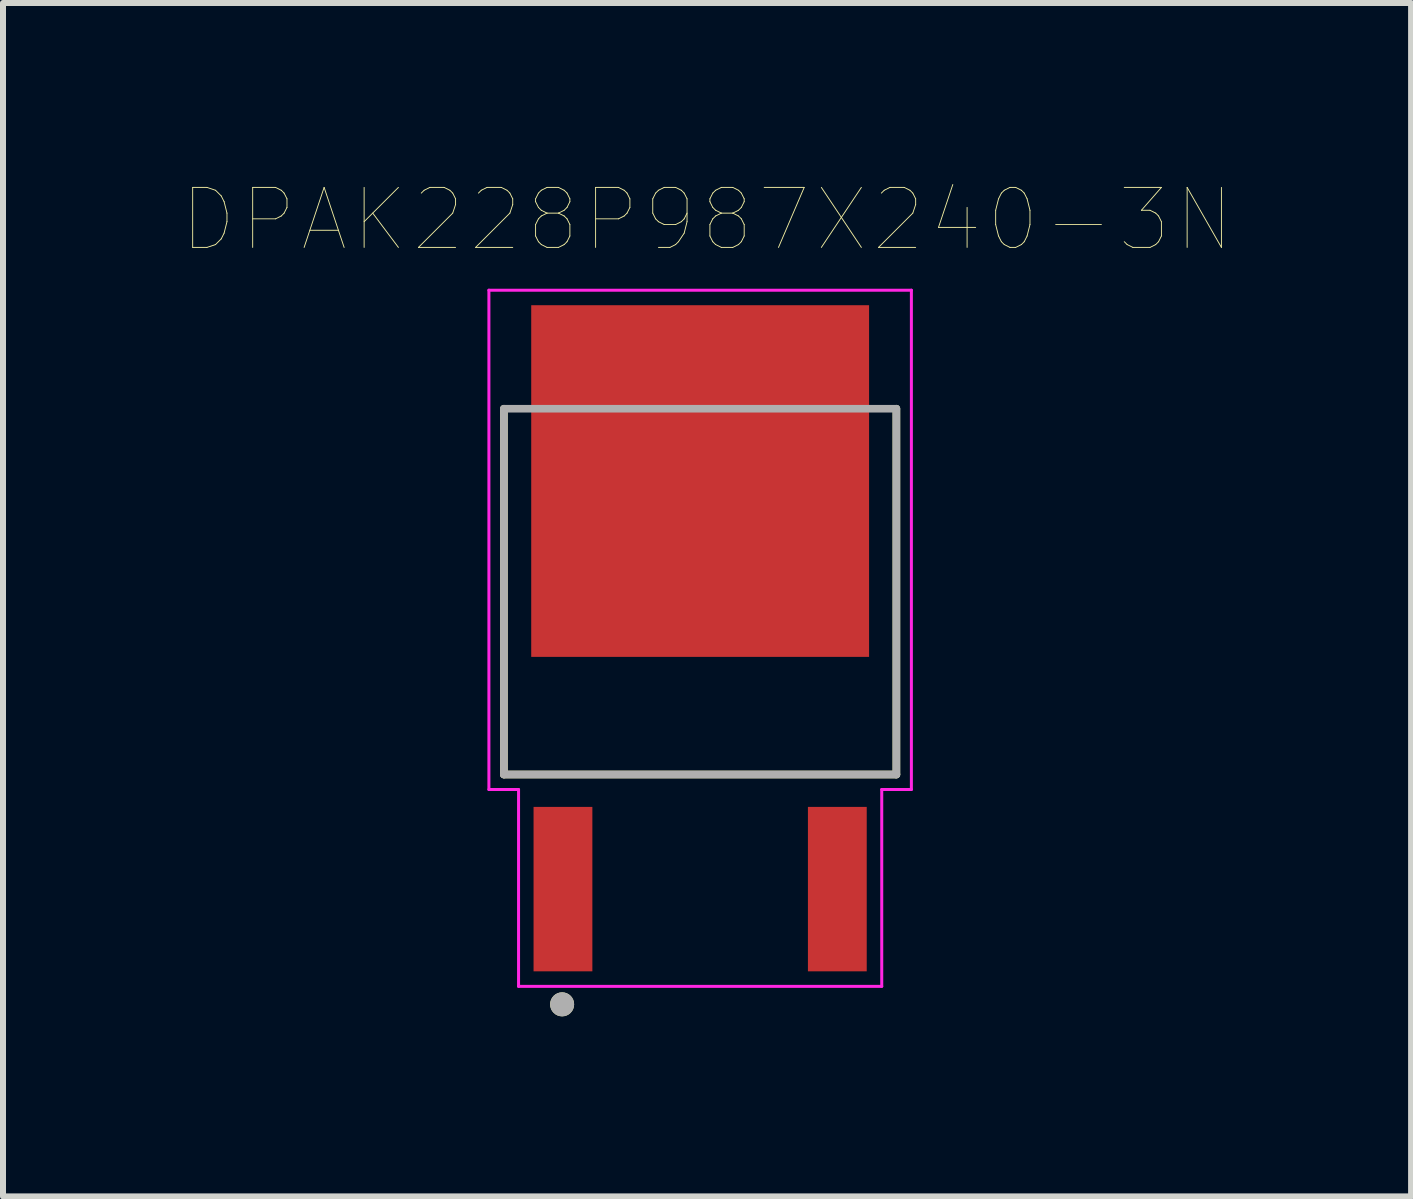
<source format=kicad_pcb>
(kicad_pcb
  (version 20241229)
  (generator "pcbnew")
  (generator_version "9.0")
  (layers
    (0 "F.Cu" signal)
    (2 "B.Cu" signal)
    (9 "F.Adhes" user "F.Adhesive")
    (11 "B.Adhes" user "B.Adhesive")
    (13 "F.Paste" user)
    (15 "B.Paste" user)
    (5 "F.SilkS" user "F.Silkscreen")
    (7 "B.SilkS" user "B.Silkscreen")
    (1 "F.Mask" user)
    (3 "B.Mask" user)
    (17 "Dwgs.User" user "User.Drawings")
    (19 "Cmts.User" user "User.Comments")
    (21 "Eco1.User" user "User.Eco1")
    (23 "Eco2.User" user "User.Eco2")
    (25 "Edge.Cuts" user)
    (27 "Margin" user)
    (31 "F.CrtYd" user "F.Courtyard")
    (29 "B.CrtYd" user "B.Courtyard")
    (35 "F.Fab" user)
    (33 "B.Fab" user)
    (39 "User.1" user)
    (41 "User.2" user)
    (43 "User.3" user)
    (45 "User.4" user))
  (footprint "DPAK228P987X240-3N"
    (layer "F.Cu")
    (at 8.617 7.586)
    (property "Reference" "DPAK228P987X240-3N" (at 0.115 -6.975 0) (layer "F.SilkS") (effects (font (size 1 1) (thickness 0.015))))
    (attr through_hole)
    (fp_line (start -3.27 2.27) (end -3.27 -3.825) (stroke (width 0.127) (type solid)) (layer "F.SilkS"))
    (fp_line (start 3.27 -3.825) (end 3.27 2.27) (stroke (width 0.127) (type solid)) (layer "F.SilkS"))
    (fp_line (start 3.27 2.27) (end -3.27 2.27) (stroke (width 0.127) (type solid)) (layer "F.SilkS"))
    (fp_circle (center -2.3 6.1) (end -2.2 6.1) (stroke (width 0.2) (type solid)) (fill no) (layer "F.SilkS"))
    (fp_poly (pts (xy -2.29 -5.03) (xy -0.53 -5.03) (xy -0.53 -3.15) (xy -2.29 -3.15)) (stroke (width 0.01) (type solid)) (fill yes) (layer "F.Paste"))
    (fp_poly (pts (xy -2.29 -2.09) (xy -0.53 -2.09) (xy -0.53 -0.21) (xy -2.29 -0.21)) (stroke (width 0.01) (type solid)) (fill yes) (layer "F.Paste"))
    (fp_poly (pts (xy 0.53 -5.03) (xy 2.29 -5.03) (xy 2.29 -3.15) (xy 0.53 -3.15)) (stroke (width 0.01) (type solid)) (fill yes) (layer "F.Paste"))
    (fp_poly (pts (xy 0.53 -2.09) (xy 2.29 -2.09) (xy 2.29 -0.21) (xy 0.53 -0.21)) (stroke (width 0.01) (type solid)) (fill yes) (layer "F.Paste"))
    (fp_line (start -3.52 -5.8) (end -3.52 2.52) (stroke (width 0.05) (type solid)) (layer "F.CrtYd"))
    (fp_line (start -3.52 -5.8) (end 3.52 -5.8) (stroke (width 0.05) (type solid)) (layer "F.CrtYd"))
    (fp_line (start -3.52 2.52) (end -3.026 2.52) (stroke (width 0.05) (type solid)) (layer "F.CrtYd"))
    (fp_line (start -3.026 2.52) (end -3.026 5.8) (stroke (width 0.05) (type solid)) (layer "F.CrtYd"))
    (fp_line (start -3.026 5.8) (end 3.026 5.8) (stroke (width 0.05) (type solid)) (layer "F.CrtYd"))
    (fp_line (start 3.026 2.52) (end 3.52 2.52) (stroke (width 0.05) (type solid)) (layer "F.CrtYd"))
    (fp_line (start 3.026 5.8) (end 3.026 2.52) (stroke (width 0.05) (type solid)) (layer "F.CrtYd"))
    (fp_line (start 3.52 2.52) (end 3.52 -5.8) (stroke (width 0.05) (type solid)) (layer "F.CrtYd"))
    (fp_line (start -3.27 -3.825) (end 3.27 -3.825) (stroke (width 0.127) (type solid)) (layer "F.Fab"))
    (fp_line (start -3.27 2.27) (end -3.27 -3.825) (stroke (width 0.127) (type solid)) (layer "F.Fab"))
    (fp_line (start 3.27 -3.825) (end 3.27 2.27) (stroke (width 0.127) (type solid)) (layer "F.Fab"))
    (fp_line (start 3.27 2.27) (end -3.27 2.27) (stroke (width 0.127) (type solid)) (layer "F.Fab"))
    (fp_circle (center -2.3 6.1) (end -2.2 6.1) (stroke (width 0.2) (type solid)) (fill no) (layer "F.Fab"))
    (pad "1" smd rect (at -2.286 4.18) (size 0.98 2.74) (layers "F.Cu" "F.Mask" "F.Paste"))
    (pad "2" smd rect (at 2.286 4.18) (size 0.98 2.74) (layers "F.Cu" "F.Mask" "F.Paste"))
    (pad "3" smd rect (at 0 -2.62) (size 5.63 5.86) (layers "F.Cu" "F.Mask")))
  (gr_rect
    (start -3 -3)
    (end 20.464 16.886)
    (stroke (width 0.1) (type default))
    (fill no)
    (layer "Edge.Cuts")))
</source>
